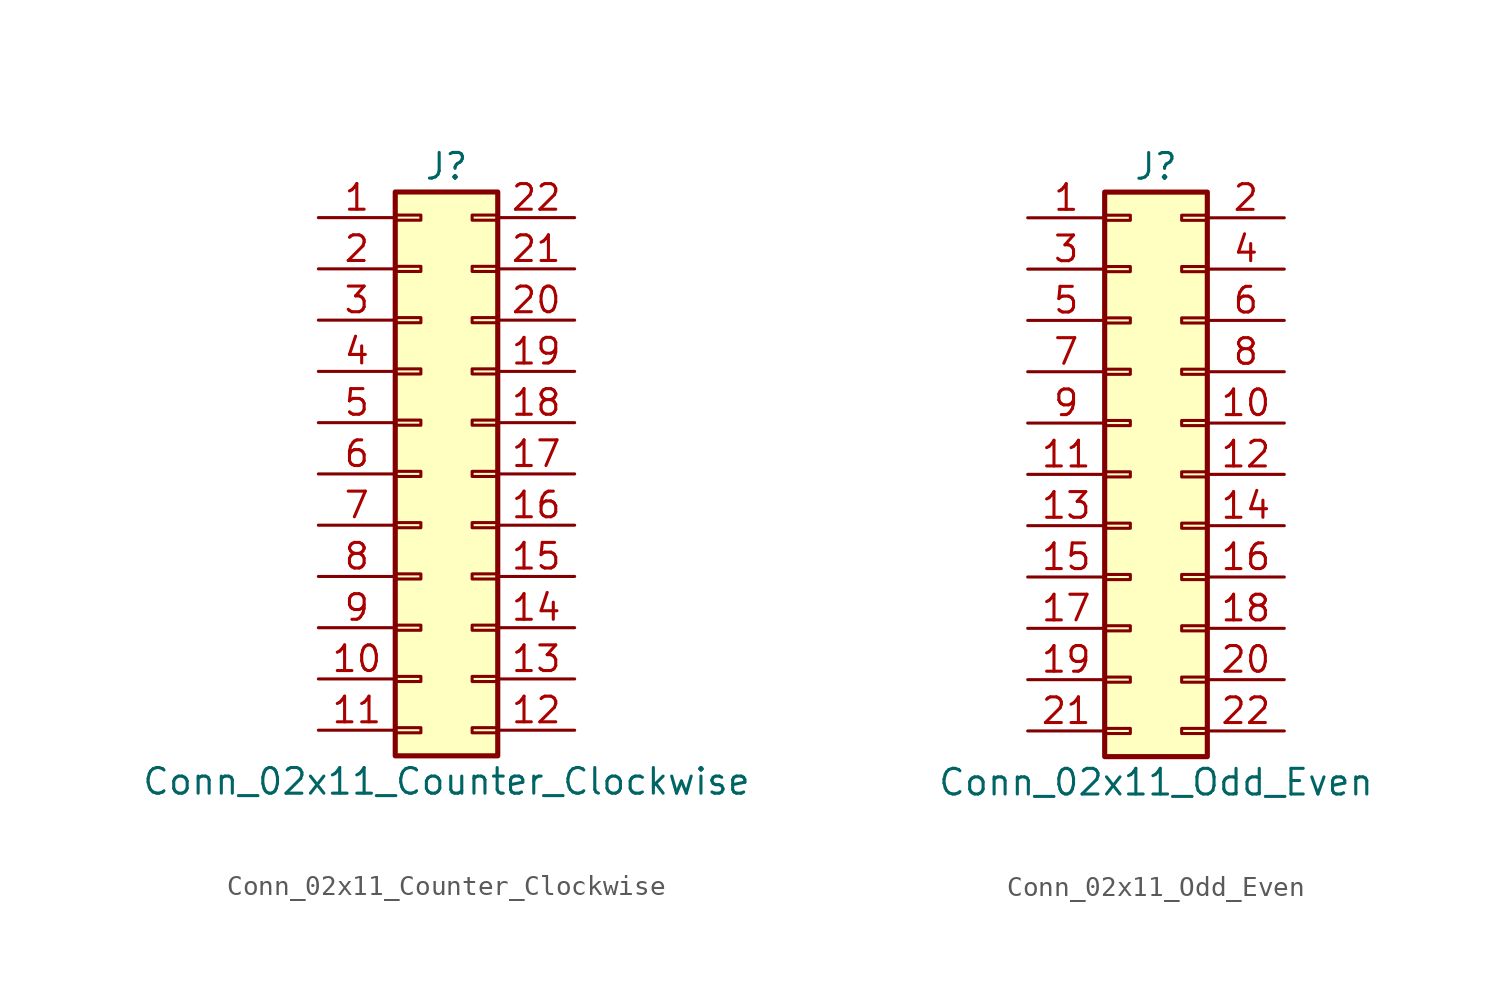
<source format=kicad_sym>
(kicad_symbol_lib
  (version 20201005)
  (generator kicad_symbol_editor)
  (symbol "Connector_Generic:Conn_02x11_Counter_Clockwise"
    (pin_names
      (offset 1.016) hide)
    (property "Reference" "J"
      (at 1.27 15.24 0)
      (effects (font (size 1.27 1.27))))
    (property "Value" "Conn_02x11_Counter_Clockwise"
      (at 1.27 -15.24 0)
      (effects (font (size 1.27 1.27))))
    (symbol "Conn_02x11_Counter_Clockwise_1_1"
      (rectangle (start -1.27 -4.953) (end 0 -5.207) (stroke (width 0.152)) (fill (type none)))
      (rectangle (start -1.27 -7.493) (end 0 -7.747) (stroke (width 0.152)) (fill (type none)))
      (rectangle (start -1.27 -10.033) (end 0 -10.287) (stroke (width 0.152)) (fill (type none)))
      (rectangle (start -1.27 -12.573) (end 0 -12.827) (stroke (width 0.152)) (fill (type none)))
      (rectangle (start -1.27 -2.413) (end 0 -2.667) (stroke (width 0.152)) (fill (type none)))
      (rectangle (start -1.27 2.667) (end 0 2.413) (stroke (width 0.152)) (fill (type none)))
      (rectangle (start -1.27 5.207) (end 0 4.953) (stroke (width 0.152)) (fill (type none)))
      (rectangle (start -1.27 7.747) (end 0 7.493) (stroke (width 0.152)) (fill (type none)))
      (rectangle (start -1.27 10.287) (end 0 10.033) (stroke (width 0.152)) (fill (type none)))
      (rectangle (start -1.27 0.127) (end 0 -0.127) (stroke (width 0.152)) (fill (type none)))
      (rectangle (start -1.27 12.827) (end 0 12.573) (stroke (width 0.152)) (fill (type none)))
      (rectangle (start -1.27 13.97) (end 3.81 -13.97) (stroke (width 0.254)) (fill (type background)))
      (rectangle (start 3.81 -4.953) (end 2.54 -5.207) (stroke (width 0.152)) (fill (type none)))
      (rectangle (start 3.81 -7.493) (end 2.54 -7.747) (stroke (width 0.152)) (fill (type none)))
      (rectangle (start 3.81 -10.033) (end 2.54 -10.287) (stroke (width 0.152)) (fill (type none)))
      (rectangle (start 3.81 -12.573) (end 2.54 -12.827) (stroke (width 0.152)) (fill (type none)))
      (rectangle (start 3.81 -2.413) (end 2.54 -2.667) (stroke (width 0.152)) (fill (type none)))
      (rectangle (start 3.81 2.667) (end 2.54 2.413) (stroke (width 0.152)) (fill (type none)))
      (rectangle (start 3.81 5.207) (end 2.54 4.953) (stroke (width 0.152)) (fill (type none)))
      (rectangle (start 3.81 7.747) (end 2.54 7.493) (stroke (width 0.152)) (fill (type none)))
      (rectangle (start 3.81 10.287) (end 2.54 10.033) (stroke (width 0.152)) (fill (type none)))
      (rectangle (start 3.81 0.127) (end 2.54 -0.127) (stroke (width 0.152)) (fill (type none)))
      (rectangle (start 3.81 12.827) (end 2.54 12.573) (stroke (width 0.152)) (fill (type none)))
      (pin passive line (at -5.08 12.7 0) (length 3.81) (name "Pin_1" (effects (font (size 1.27 1.27)))) (number "1" (effects (font (size 1.27 1.27)))))
      (pin passive line (at -5.08 -10.16 0) (length 3.81) (name "Pin_10" (effects (font (size 1.27 1.27)))) (number "10" (effects (font (size 1.27 1.27)))))
      (pin passive line (at -5.08 -12.7 0) (length 3.81) (name "Pin_11" (effects (font (size 1.27 1.27)))) (number "11" (effects (font (size 1.27 1.27)))))
      (pin passive line (at 7.62 -12.7 180) (length 3.81) (name "Pin_12" (effects (font (size 1.27 1.27)))) (number "12" (effects (font (size 1.27 1.27)))))
      (pin passive line (at 7.62 -10.16 180) (length 3.81) (name "Pin_13" (effects (font (size 1.27 1.27)))) (number "13" (effects (font (size 1.27 1.27)))))
      (pin passive line (at 7.62 -7.62 180) (length 3.81) (name "Pin_14" (effects (font (size 1.27 1.27)))) (number "14" (effects (font (size 1.27 1.27)))))
      (pin passive line (at 7.62 -5.08 180) (length 3.81) (name "Pin_15" (effects (font (size 1.27 1.27)))) (number "15" (effects (font (size 1.27 1.27)))))
      (pin passive line (at 7.62 -2.54 180) (length 3.81) (name "Pin_16" (effects (font (size 1.27 1.27)))) (number "16" (effects (font (size 1.27 1.27)))))
      (pin passive line (at 7.62 0 180) (length 3.81) (name "Pin_17" (effects (font (size 1.27 1.27)))) (number "17" (effects (font (size 1.27 1.27)))))
      (pin passive line (at 7.62 2.54 180) (length 3.81) (name "Pin_18" (effects (font (size 1.27 1.27)))) (number "18" (effects (font (size 1.27 1.27)))))
      (pin passive line (at 7.62 5.08 180) (length 3.81) (name "Pin_19" (effects (font (size 1.27 1.27)))) (number "19" (effects (font (size 1.27 1.27)))))
      (pin passive line (at -5.08 10.16 0) (length 3.81) (name "Pin_2" (effects (font (size 1.27 1.27)))) (number "2" (effects (font (size 1.27 1.27)))))
      (pin passive line (at 7.62 7.62 180) (length 3.81) (name "Pin_20" (effects (font (size 1.27 1.27)))) (number "20" (effects (font (size 1.27 1.27)))))
      (pin passive line (at 7.62 10.16 180) (length 3.81) (name "Pin_21" (effects (font (size 1.27 1.27)))) (number "21" (effects (font (size 1.27 1.27)))))
      (pin passive line (at 7.62 12.7 180) (length 3.81) (name "Pin_22" (effects (font (size 1.27 1.27)))) (number "22" (effects (font (size 1.27 1.27)))))
      (pin passive line (at -5.08 7.62 0) (length 3.81) (name "Pin_3" (effects (font (size 1.27 1.27)))) (number "3" (effects (font (size 1.27 1.27)))))
      (pin passive line (at -5.08 5.08 0) (length 3.81) (name "Pin_4" (effects (font (size 1.27 1.27)))) (number "4" (effects (font (size 1.27 1.27)))))
      (pin passive line (at -5.08 2.54 0) (length 3.81) (name "Pin_5" (effects (font (size 1.27 1.27)))) (number "5" (effects (font (size 1.27 1.27)))))
      (pin passive line (at -5.08 0 0) (length 3.81) (name "Pin_6" (effects (font (size 1.27 1.27)))) (number "6" (effects (font (size 1.27 1.27)))))
      (pin passive line (at -5.08 -2.54 0) (length 3.81) (name "Pin_7" (effects (font (size 1.27 1.27)))) (number "7" (effects (font (size 1.27 1.27)))))
      (pin passive line (at -5.08 -5.08 0) (length 3.81) (name "Pin_8" (effects (font (size 1.27 1.27)))) (number "8" (effects (font (size 1.27 1.27)))))
      (pin passive line (at -5.08 -7.62 0) (length 3.81) (name "Pin_9" (effects (font (size 1.27 1.27)))) (number "9" (effects (font (size 1.27 1.27)))))))
  (symbol "Connector_Generic:Conn_02x11_Odd_Even"
    (pin_names
      (offset 1.016) hide)
    (property "Reference" "J"
      (at 1.27 15.24 0)
      (effects (font (size 1.27 1.27))))
    (property "Value" "Conn_02x11_Odd_Even"
      (at 1.27 -15.24 0)
      (effects (font (size 1.27 1.27))))
    (symbol "Conn_02x11_Odd_Even_1_1"
      (rectangle (start -1.27 -4.953) (end 0 -5.207) (stroke (width 0.152)) (fill (type none)))
      (rectangle (start -1.27 -7.493) (end 0 -7.747) (stroke (width 0.152)) (fill (type none)))
      (rectangle (start -1.27 -10.033) (end 0 -10.287) (stroke (width 0.152)) (fill (type none)))
      (rectangle (start -1.27 -12.573) (end 0 -12.827) (stroke (width 0.152)) (fill (type none)))
      (rectangle (start -1.27 -2.413) (end 0 -2.667) (stroke (width 0.152)) (fill (type none)))
      (rectangle (start -1.27 2.667) (end 0 2.413) (stroke (width 0.152)) (fill (type none)))
      (rectangle (start -1.27 5.207) (end 0 4.953) (stroke (width 0.152)) (fill (type none)))
      (rectangle (start -1.27 7.747) (end 0 7.493) (stroke (width 0.152)) (fill (type none)))
      (rectangle (start -1.27 10.287) (end 0 10.033) (stroke (width 0.152)) (fill (type none)))
      (rectangle (start -1.27 0.127) (end 0 -0.127) (stroke (width 0.152)) (fill (type none)))
      (rectangle (start -1.27 12.827) (end 0 12.573) (stroke (width 0.152)) (fill (type none)))
      (rectangle (start -1.27 13.97) (end 3.81 -13.97) (stroke (width 0.254)) (fill (type background)))
      (rectangle (start 3.81 -4.953) (end 2.54 -5.207) (stroke (width 0.152)) (fill (type none)))
      (rectangle (start 3.81 -7.493) (end 2.54 -7.747) (stroke (width 0.152)) (fill (type none)))
      (rectangle (start 3.81 -10.033) (end 2.54 -10.287) (stroke (width 0.152)) (fill (type none)))
      (rectangle (start 3.81 -12.573) (end 2.54 -12.827) (stroke (width 0.152)) (fill (type none)))
      (rectangle (start 3.81 -2.413) (end 2.54 -2.667) (stroke (width 0.152)) (fill (type none)))
      (rectangle (start 3.81 2.667) (end 2.54 2.413) (stroke (width 0.152)) (fill (type none)))
      (rectangle (start 3.81 5.207) (end 2.54 4.953) (stroke (width 0.152)) (fill (type none)))
      (rectangle (start 3.81 7.747) (end 2.54 7.493) (stroke (width 0.152)) (fill (type none)))
      (rectangle (start 3.81 10.287) (end 2.54 10.033) (stroke (width 0.152)) (fill (type none)))
      (rectangle (start 3.81 0.127) (end 2.54 -0.127) (stroke (width 0.152)) (fill (type none)))
      (rectangle (start 3.81 12.827) (end 2.54 12.573) (stroke (width 0.152)) (fill (type none)))
      (pin passive line (at -5.08 12.7 0) (length 3.81) (name "Pin_1" (effects (font (size 1.27 1.27)))) (number "1" (effects (font (size 1.27 1.27)))))
      (pin passive line (at 7.62 2.54 180) (length 3.81) (name "Pin_10" (effects (font (size 1.27 1.27)))) (number "10" (effects (font (size 1.27 1.27)))))
      (pin passive line (at -5.08 0 0) (length 3.81) (name "Pin_11" (effects (font (size 1.27 1.27)))) (number "11" (effects (font (size 1.27 1.27)))))
      (pin passive line (at 7.62 0 180) (length 3.81) (name "Pin_12" (effects (font (size 1.27 1.27)))) (number "12" (effects (font (size 1.27 1.27)))))
      (pin passive line (at -5.08 -2.54 0) (length 3.81) (name "Pin_13" (effects (font (size 1.27 1.27)))) (number "13" (effects (font (size 1.27 1.27)))))
      (pin passive line (at 7.62 -2.54 180) (length 3.81) (name "Pin_14" (effects (font (size 1.27 1.27)))) (number "14" (effects (font (size 1.27 1.27)))))
      (pin passive line (at -5.08 -5.08 0) (length 3.81) (name "Pin_15" (effects (font (size 1.27 1.27)))) (number "15" (effects (font (size 1.27 1.27)))))
      (pin passive line (at 7.62 -5.08 180) (length 3.81) (name "Pin_16" (effects (font (size 1.27 1.27)))) (number "16" (effects (font (size 1.27 1.27)))))
      (pin passive line (at -5.08 -7.62 0) (length 3.81) (name "Pin_17" (effects (font (size 1.27 1.27)))) (number "17" (effects (font (size 1.27 1.27)))))
      (pin passive line (at 7.62 -7.62 180) (length 3.81) (name "Pin_18" (effects (font (size 1.27 1.27)))) (number "18" (effects (font (size 1.27 1.27)))))
      (pin passive line (at -5.08 -10.16 0) (length 3.81) (name "Pin_19" (effects (font (size 1.27 1.27)))) (number "19" (effects (font (size 1.27 1.27)))))
      (pin passive line (at 7.62 12.7 180) (length 3.81) (name "Pin_2" (effects (font (size 1.27 1.27)))) (number "2" (effects (font (size 1.27 1.27)))))
      (pin passive line (at 7.62 -10.16 180) (length 3.81) (name "Pin_20" (effects (font (size 1.27 1.27)))) (number "20" (effects (font (size 1.27 1.27)))))
      (pin passive line (at -5.08 -12.7 0) (length 3.81) (name "Pin_21" (effects (font (size 1.27 1.27)))) (number "21" (effects (font (size 1.27 1.27)))))
      (pin passive line (at 7.62 -12.7 180) (length 3.81) (name "Pin_22" (effects (font (size 1.27 1.27)))) (number "22" (effects (font (size 1.27 1.27)))))
      (pin passive line (at -5.08 10.16 0) (length 3.81) (name "Pin_3" (effects (font (size 1.27 1.27)))) (number "3" (effects (font (size 1.27 1.27)))))
      (pin passive line (at 7.62 10.16 180) (length 3.81) (name "Pin_4" (effects (font (size 1.27 1.27)))) (number "4" (effects (font (size 1.27 1.27)))))
      (pin passive line (at -5.08 7.62 0) (length 3.81) (name "Pin_5" (effects (font (size 1.27 1.27)))) (number "5" (effects (font (size 1.27 1.27)))))
      (pin passive line (at 7.62 7.62 180) (length 3.81) (name "Pin_6" (effects (font (size 1.27 1.27)))) (number "6" (effects (font (size 1.27 1.27)))))
      (pin passive line (at -5.08 5.08 0) (length 3.81) (name "Pin_7" (effects (font (size 1.27 1.27)))) (number "7" (effects (font (size 1.27 1.27)))))
      (pin passive line (at 7.62 5.08 180) (length 3.81) (name "Pin_8" (effects (font (size 1.27 1.27)))) (number "8" (effects (font (size 1.27 1.27)))))
      (pin passive line (at -5.08 2.54 0) (length 3.81) (name "Pin_9" (effects (font (size 1.27 1.27)))) (number "9" (effects (font (size 1.27 1.27))))))))
</source>
